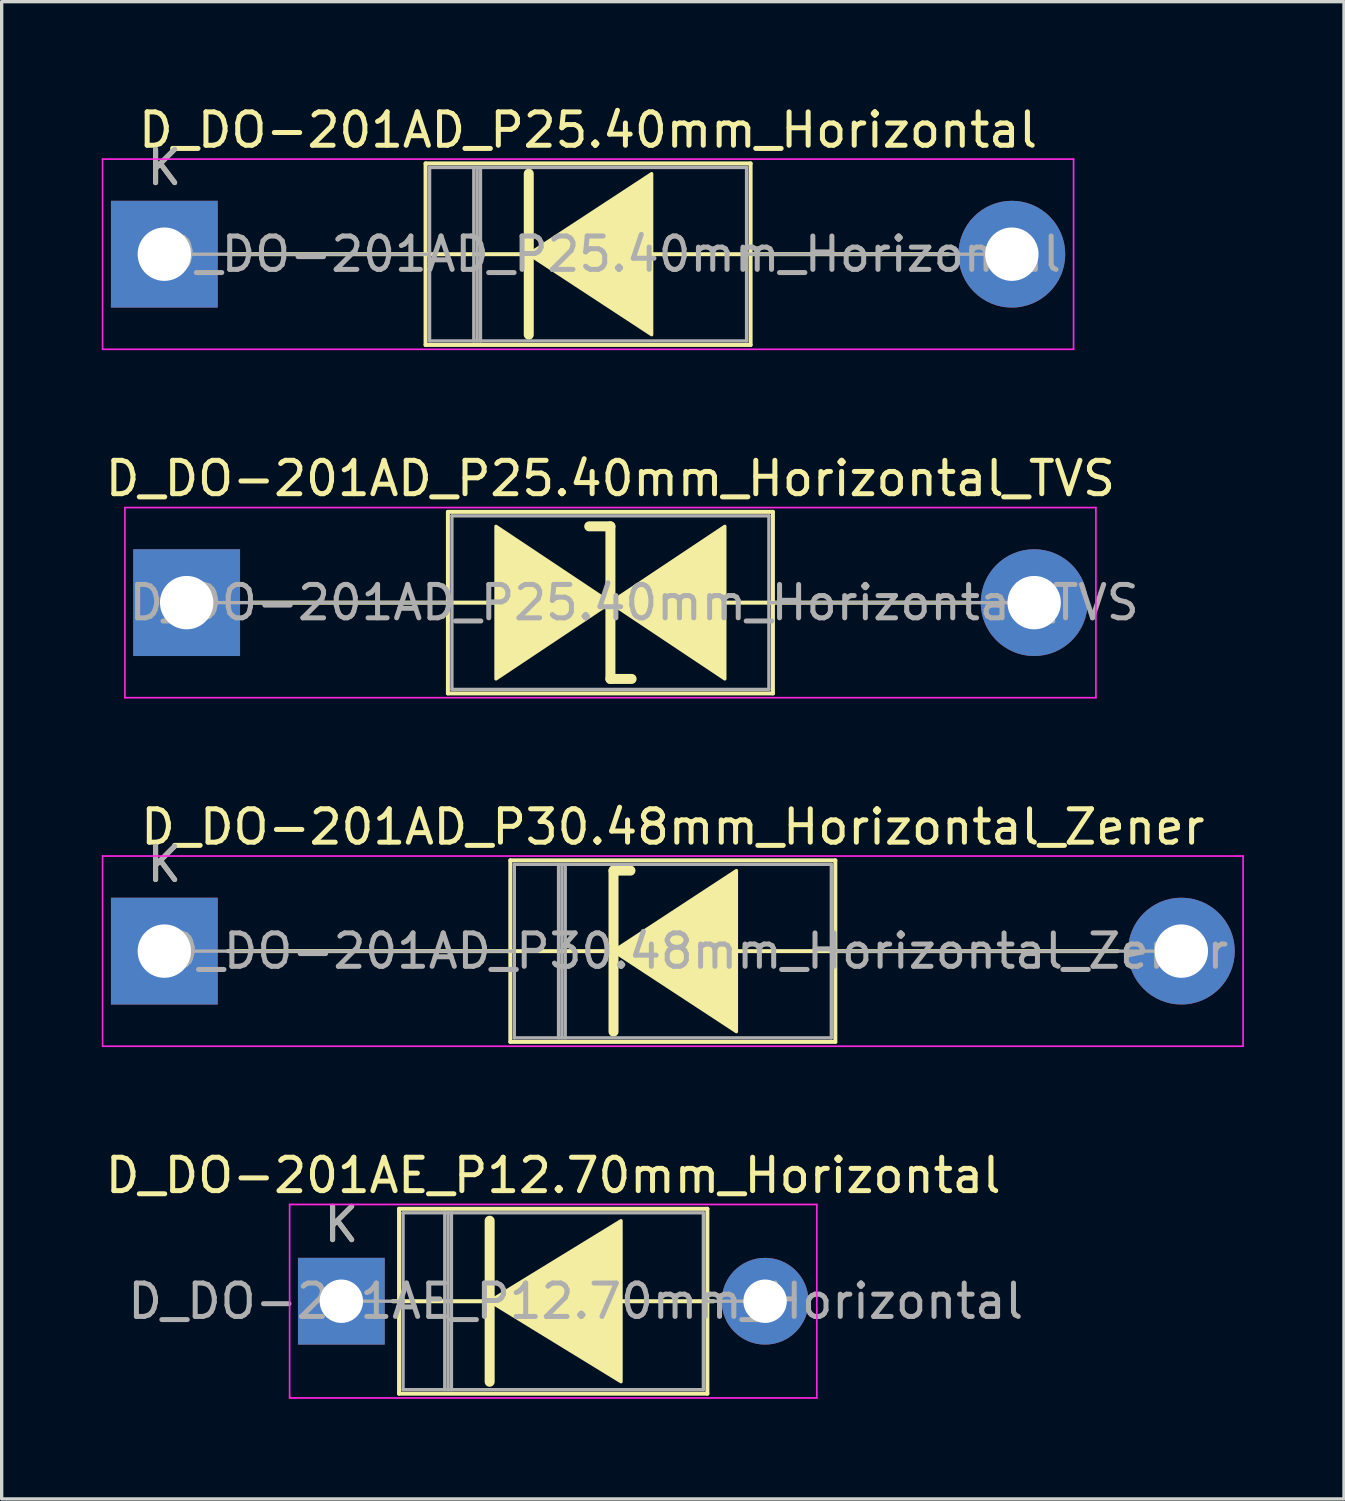
<source format=kicad_pcb>
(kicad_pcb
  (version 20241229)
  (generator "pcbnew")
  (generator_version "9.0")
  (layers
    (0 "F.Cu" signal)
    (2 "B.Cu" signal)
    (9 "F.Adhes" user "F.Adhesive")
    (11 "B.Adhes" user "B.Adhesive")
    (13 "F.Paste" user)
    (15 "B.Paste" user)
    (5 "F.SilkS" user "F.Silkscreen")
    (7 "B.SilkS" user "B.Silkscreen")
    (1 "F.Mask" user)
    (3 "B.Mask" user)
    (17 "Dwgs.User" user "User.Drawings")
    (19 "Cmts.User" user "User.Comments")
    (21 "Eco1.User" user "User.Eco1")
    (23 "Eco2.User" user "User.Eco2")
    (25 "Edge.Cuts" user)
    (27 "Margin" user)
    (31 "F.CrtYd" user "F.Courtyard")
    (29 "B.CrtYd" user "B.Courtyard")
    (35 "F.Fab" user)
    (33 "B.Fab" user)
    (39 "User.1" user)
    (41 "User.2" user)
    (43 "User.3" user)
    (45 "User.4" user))
  (footprint "D_DO-201AD_P25.40mm_Horizontal"
    (layer "F.Cu")
    (at 1.875 4.568)
    (property "Reference" "D_DO-201AD_P25.40mm_Horizontal" (at 12.7 -3.72 0) (layer "F.SilkS") (effects (font (size 1 1) (thickness 0.15))))
    (attr through_hole)
    (fp_line (start 1.905 0) (end 7.83 0) (stroke (width 0.12) (type solid)) (layer "F.SilkS"))
    (fp_line (start 7.83 -2.72) (end 7.83 2.72) (stroke (width 0.12) (type solid)) (layer "F.SilkS"))
    (fp_line (start 7.83 2.72) (end 17.57 2.72) (stroke (width 0.12) (type solid)) (layer "F.SilkS"))
    (fp_line (start 10.795 0) (end 7.83 0) (stroke (width 0.12) (type solid)) (layer "F.SilkS"))
    (fp_line (start 10.922 -2.413) (end 10.922 2.413) (stroke (width 0.3) (type solid)) (layer "F.SilkS"))
    (fp_line (start 14.605 0) (end 17.57 0) (stroke (width 0.12) (type solid)) (layer "F.SilkS"))
    (fp_line (start 17.57 -2.72) (end 7.83 -2.72) (stroke (width 0.12) (type solid)) (layer "F.SilkS"))
    (fp_line (start 17.57 2.72) (end 17.57 -2.72) (stroke (width 0.12) (type solid)) (layer "F.SilkS"))
    (fp_line (start 23.495 0) (end 17.57 0) (stroke (width 0.12) (type solid)) (layer "F.SilkS"))
    (fp_poly (pts (xy 14.605 2.413) (xy 10.922 0) (xy 14.605 -2.413)) (stroke (width 0.1) (type solid)) (fill yes) (layer "F.SilkS"))
    (fp_line (start -1.85 -2.85) (end -1.85 2.85) (stroke (width 0.05) (type solid)) (layer "F.CrtYd"))
    (fp_line (start -1.85 2.85) (end 27.25 2.85) (stroke (width 0.05) (type solid)) (layer "F.CrtYd"))
    (fp_line (start 27.25 -2.85) (end -1.85 -2.85) (stroke (width 0.05) (type solid)) (layer "F.CrtYd"))
    (fp_line (start 27.25 2.85) (end 27.25 -2.85) (stroke (width 0.05) (type solid)) (layer "F.CrtYd"))
    (fp_line (start 0 0) (end 7.95 0) (stroke (width 0.1) (type solid)) (layer "F.Fab"))
    (fp_line (start 7.95 -2.6) (end 7.95 2.6) (stroke (width 0.1) (type solid)) (layer "F.Fab"))
    (fp_line (start 7.95 2.6) (end 17.45 2.6) (stroke (width 0.1) (type solid)) (layer "F.Fab"))
    (fp_line (start 9.275 -2.6) (end 9.275 2.6) (stroke (width 0.1) (type solid)) (layer "F.Fab"))
    (fp_line (start 9.375 -2.6) (end 9.375 2.6) (stroke (width 0.1) (type solid)) (layer "F.Fab"))
    (fp_line (start 9.475 -2.6) (end 9.475 2.6) (stroke (width 0.1) (type solid)) (layer "F.Fab"))
    (fp_line (start 17.45 -2.6) (end 7.95 -2.6) (stroke (width 0.1) (type solid)) (layer "F.Fab"))
    (fp_line (start 17.45 2.6) (end 17.45 -2.6) (stroke (width 0.1) (type solid)) (layer "F.Fab"))
    (fp_line (start 25.4 0) (end 17.45 0) (stroke (width 0.1) (type solid)) (layer "F.Fab"))
    (fp_text user "K" (at 0 -2.6 0) (layer "F.SilkS") (effects (font (size 1 1) (thickness 0.15))))
    (fp_text user "K" (at 0 -2.6 0) (layer "F.Fab") (effects (font (size 1 1) (thickness 0.15))))
    (fp_text user "${REFERENCE}" (at 13.412 0 0) (layer "F.Fab") (effects (font (size 1 1) (thickness 0.15))))
    (pad "1" thru_hole rect (at 0 0) (size 3.2 3.2) (drill 1.6) (layers "*.Cu" "*.Mask"))
    (pad "2" thru_hole oval (at 25.4 0) (size 3.2 3.2) (drill 1.6) (layers "*.Cu" "*.Mask")))
  (footprint "D_DO-201AD_P25.40mm_Horizontal_TVS"
    (layer "F.Cu")
    (at 2.544 15.011)
    (property "Reference" "D_DO-201AD_P25.40mm_Horizontal_TVS" (at 12.7 -3.72 0) (layer "F.SilkS") (effects (font (size 1 1) (thickness 0.15))))
    (attr through_hole)
    (fp_line (start 1.905 0) (end 7.83 0) (stroke (width 0.12) (type solid)) (layer "F.SilkS"))
    (fp_line (start 7.83 -2.72) (end 7.83 2.72) (stroke (width 0.12) (type solid)) (layer "F.SilkS"))
    (fp_line (start 7.83 0) (end 9.271 0) (stroke (width 0.12) (type solid)) (layer "F.SilkS"))
    (fp_line (start 7.83 2.72) (end 17.57 2.72) (stroke (width 0.12) (type solid)) (layer "F.SilkS"))
    (fp_line (start 12.7 -2.286) (end 12.065 -2.286) (stroke (width 0.3) (type solid)) (layer "F.SilkS"))
    (fp_line (start 12.7 2.286) (end 12.7 -2.286) (stroke (width 0.3) (type solid)) (layer "F.SilkS"))
    (fp_line (start 13.335 2.286) (end 12.7 2.286) (stroke (width 0.3) (type solid)) (layer "F.SilkS"))
    (fp_line (start 16.129 0) (end 17.57 0) (stroke (width 0.12) (type solid)) (layer "F.SilkS"))
    (fp_line (start 17.57 -2.72) (end 7.83 -2.72) (stroke (width 0.12) (type solid)) (layer "F.SilkS"))
    (fp_line (start 17.57 2.72) (end 17.57 -2.72) (stroke (width 0.12) (type solid)) (layer "F.SilkS"))
    (fp_line (start 23.495 0) (end 17.57 0) (stroke (width 0.12) (type solid)) (layer "F.SilkS"))
    (fp_poly (pts (xy 12.7 0) (xy 9.271 2.286) (xy 9.271 -2.286)) (stroke (width 0.1) (type solid)) (fill yes) (layer "F.SilkS"))
    (fp_poly (pts (xy 12.7 0) (xy 16.129 -2.286) (xy 16.129 2.286)) (stroke (width 0.1) (type solid)) (fill yes) (layer "F.SilkS"))
    (fp_line (start -1.85 -2.85) (end -1.85 2.85) (stroke (width 0.05) (type solid)) (layer "F.CrtYd"))
    (fp_line (start -1.85 2.85) (end 27.25 2.85) (stroke (width 0.05) (type solid)) (layer "F.CrtYd"))
    (fp_line (start 27.25 -2.85) (end -1.85 -2.85) (stroke (width 0.05) (type solid)) (layer "F.CrtYd"))
    (fp_line (start 27.25 2.85) (end 27.25 -2.85) (stroke (width 0.05) (type solid)) (layer "F.CrtYd"))
    (fp_line (start 0 0) (end 7.95 0) (stroke (width 0.1) (type solid)) (layer "F.Fab"))
    (fp_line (start 7.95 -2.6) (end 7.95 2.6) (stroke (width 0.1) (type solid)) (layer "F.Fab"))
    (fp_line (start 7.95 2.6) (end 17.45 2.6) (stroke (width 0.1) (type solid)) (layer "F.Fab"))
    (fp_line (start 17.45 -2.6) (end 7.95 -2.6) (stroke (width 0.1) (type solid)) (layer "F.Fab"))
    (fp_line (start 17.45 2.6) (end 17.45 -2.6) (stroke (width 0.1) (type solid)) (layer "F.Fab"))
    (fp_line (start 25.4 0) (end 17.45 0) (stroke (width 0.1) (type solid)) (layer "F.Fab"))
    (fp_text user "${REFERENCE}" (at 13.412 0 0) (layer "F.Fab") (effects (font (size 1 1) (thickness 0.15))))
    (pad "1" thru_hole rect (at 0 0) (size 3.2 3.2) (drill 1.6) (layers "*.Cu" "*.Mask"))
    (pad "2" thru_hole oval (at 25.4 0) (size 3.2 3.2) (drill 1.6) (layers "*.Cu" "*.Mask")))
  (footprint "D_DO-201AE_P12.70mm_Horizontal"
    (layer "F.Cu")
    (at 7.18 35.948)
    (property "Reference" "D_DO-201AE_P12.70mm_Horizontal" (at 6.35 -3.77 0) (layer "F.SilkS") (effects (font (size 1 1) (thickness 0.15))))
    (attr through_hole)
    (fp_line (start 1.54 0) (end 1.73 0) (stroke (width 0.12) (type solid)) (layer "F.SilkS"))
    (fp_line (start 1.73 -2.77) (end 1.73 2.77) (stroke (width 0.12) (type solid)) (layer "F.SilkS"))
    (fp_line (start 1.73 2.77) (end 10.97 2.77) (stroke (width 0.12) (type solid)) (layer "F.SilkS"))
    (fp_line (start 4.445 -2.413) (end 4.445 2.413) (stroke (width 0.3) (type solid)) (layer "F.SilkS"))
    (fp_line (start 4.699 0) (end 1.73 0) (stroke (width 0.12) (type solid)) (layer "F.SilkS"))
    (fp_line (start 8.255 0) (end 10.97 0) (stroke (width 0.12) (type solid)) (layer "F.SilkS"))
    (fp_line (start 10.97 -2.77) (end 1.73 -2.77) (stroke (width 0.12) (type solid)) (layer "F.SilkS"))
    (fp_line (start 10.97 2.77) (end 10.97 -2.77) (stroke (width 0.12) (type solid)) (layer "F.SilkS"))
    (fp_line (start 11.16 0) (end 10.97 0) (stroke (width 0.12) (type solid)) (layer "F.SilkS"))
    (fp_poly (pts (xy 8.382 2.413) (xy 4.445 0) (xy 8.382 -2.413)) (stroke (width 0.1) (type solid)) (fill yes) (layer "F.SilkS"))
    (fp_line (start -1.55 -2.9) (end -1.55 2.9) (stroke (width 0.05) (type solid)) (layer "F.CrtYd"))
    (fp_line (start -1.55 2.9) (end 14.25 2.9) (stroke (width 0.05) (type solid)) (layer "F.CrtYd"))
    (fp_line (start 14.25 -2.9) (end -1.55 -2.9) (stroke (width 0.05) (type solid)) (layer "F.CrtYd"))
    (fp_line (start 14.25 2.9) (end 14.25 -2.9) (stroke (width 0.05) (type solid)) (layer "F.CrtYd"))
    (fp_line (start 0 0) (end 1.85 0) (stroke (width 0.1) (type solid)) (layer "F.Fab"))
    (fp_line (start 1.85 -2.65) (end 1.85 2.65) (stroke (width 0.1) (type solid)) (layer "F.Fab"))
    (fp_line (start 1.85 2.65) (end 10.85 2.65) (stroke (width 0.1) (type solid)) (layer "F.Fab"))
    (fp_line (start 3.1 -2.65) (end 3.1 2.65) (stroke (width 0.1) (type solid)) (layer "F.Fab"))
    (fp_line (start 3.2 -2.65) (end 3.2 2.65) (stroke (width 0.1) (type solid)) (layer "F.Fab"))
    (fp_line (start 3.3 -2.65) (end 3.3 2.65) (stroke (width 0.1) (type solid)) (layer "F.Fab"))
    (fp_line (start 10.85 -2.65) (end 1.85 -2.65) (stroke (width 0.1) (type solid)) (layer "F.Fab"))
    (fp_line (start 10.85 2.65) (end 10.85 -2.65) (stroke (width 0.1) (type solid)) (layer "F.Fab"))
    (fp_line (start 12.7 0) (end 10.85 0) (stroke (width 0.1) (type solid)) (layer "F.Fab"))
    (fp_text user "K" (at 0 -2.3 0) (layer "F.SilkS") (effects (font (size 1 1) (thickness 0.15))))
    (fp_text user "${REFERENCE}" (at 7.025 0 0) (layer "F.Fab") (effects (font (size 1 1) (thickness 0.15))))
    (fp_text user "K" (at 0 -2.3 0) (layer "F.Fab") (effects (font (size 1 1) (thickness 0.15))))
    (pad "1" thru_hole rect (at 0 0) (size 2.6 2.6) (drill 1.3) (layers "*.Cu" "*.Mask"))
    (pad "2" thru_hole oval (at 12.7 0) (size 2.6 2.6) (drill 1.3) (layers "*.Cu" "*.Mask")))
  (footprint "D_DO-201AD_P30.48mm_Horizontal_Zener"
    (layer "F.Cu")
    (at 1.875 25.455)
    (property "Reference" "D_DO-201AD_P30.48mm_Horizontal_Zener" (at 15.24 -3.72 0) (layer "F.SilkS") (effects (font (size 1 1) (thickness 0.15))))
    (attr through_hole)
    (fp_line (start 1.905 0) (end 10.37 0) (stroke (width 0.12) (type solid)) (layer "F.SilkS"))
    (fp_line (start 10.37 -2.72) (end 10.37 2.72) (stroke (width 0.12) (type solid)) (layer "F.SilkS"))
    (fp_line (start 10.37 2.72) (end 20.11 2.72) (stroke (width 0.12) (type solid)) (layer "F.SilkS"))
    (fp_line (start 13.335 0) (end 10.37 0) (stroke (width 0.12) (type solid)) (layer "F.SilkS"))
    (fp_line (start 13.462 -2.413) (end 13.462 2.413) (stroke (width 0.3) (type solid)) (layer "F.SilkS"))
    (fp_line (start 13.462 -2.413) (end 13.97 -2.413) (stroke (width 0.3) (type solid)) (layer "F.SilkS"))
    (fp_line (start 17.145 0) (end 20.11 0) (stroke (width 0.12) (type solid)) (layer "F.SilkS"))
    (fp_line (start 20.11 -2.72) (end 10.37 -2.72) (stroke (width 0.12) (type solid)) (layer "F.SilkS"))
    (fp_line (start 20.11 2.72) (end 20.11 -2.72) (stroke (width 0.12) (type solid)) (layer "F.SilkS"))
    (fp_line (start 28.575 0) (end 20.11 0) (stroke (width 0.12) (type solid)) (layer "F.SilkS"))
    (fp_poly (pts (xy 17.145 2.413) (xy 13.462 0) (xy 17.145 -2.413)) (stroke (width 0.1) (type solid)) (fill yes) (layer "F.SilkS"))
    (fp_line (start -1.85 -2.85) (end -1.85 2.85) (stroke (width 0.05) (type solid)) (layer "F.CrtYd"))
    (fp_line (start -1.85 2.85) (end 32.33 2.85) (stroke (width 0.05) (type solid)) (layer "F.CrtYd"))
    (fp_line (start 32.33 -2.85) (end -1.85 -2.85) (stroke (width 0.05) (type solid)) (layer "F.CrtYd"))
    (fp_line (start 32.33 2.85) (end 32.33 -2.85) (stroke (width 0.05) (type solid)) (layer "F.CrtYd"))
    (fp_line (start 0 0) (end 10.49 0) (stroke (width 0.1) (type solid)) (layer "F.Fab"))
    (fp_line (start 10.49 -2.6) (end 10.49 2.6) (stroke (width 0.1) (type solid)) (layer "F.Fab"))
    (fp_line (start 10.49 2.6) (end 19.99 2.6) (stroke (width 0.1) (type solid)) (layer "F.Fab"))
    (fp_line (start 11.815 -2.6) (end 11.815 2.6) (stroke (width 0.1) (type solid)) (layer "F.Fab"))
    (fp_line (start 11.915 -2.6) (end 11.915 2.6) (stroke (width 0.1) (type solid)) (layer "F.Fab"))
    (fp_line (start 12.015 -2.6) (end 12.015 2.6) (stroke (width 0.1) (type solid)) (layer "F.Fab"))
    (fp_line (start 19.99 -2.6) (end 10.49 -2.6) (stroke (width 0.1) (type solid)) (layer "F.Fab"))
    (fp_line (start 19.99 2.6) (end 19.99 -2.6) (stroke (width 0.1) (type solid)) (layer "F.Fab"))
    (fp_line (start 30.48 0) (end 19.99 0) (stroke (width 0.1) (type solid)) (layer "F.Fab"))
    (fp_text user "K" (at 0 -2.6 0) (layer "F.SilkS") (effects (font (size 1 1) (thickness 0.15))))
    (fp_text user "K" (at 0 -2.6 0) (layer "F.Fab") (effects (font (size 1 1) (thickness 0.15))))
    (fp_text user "${REFERENCE}" (at 15.953 0 0) (layer "F.Fab") (effects (font (size 1 1) (thickness 0.15))))
    (pad "1" thru_hole rect (at 0 0) (size 3.2 3.2) (drill 1.6) (layers "*.Cu" "*.Mask"))
    (pad "2" thru_hole oval (at 30.48 0) (size 3.2 3.2) (drill 1.6) (layers "*.Cu" "*.Mask")))
  (gr_rect
    (start -3 -3)
    (end 37.23 41.873)
    (stroke (width 0.1) (type default))
    (fill no)
    (layer "Edge.Cuts")))
</source>
